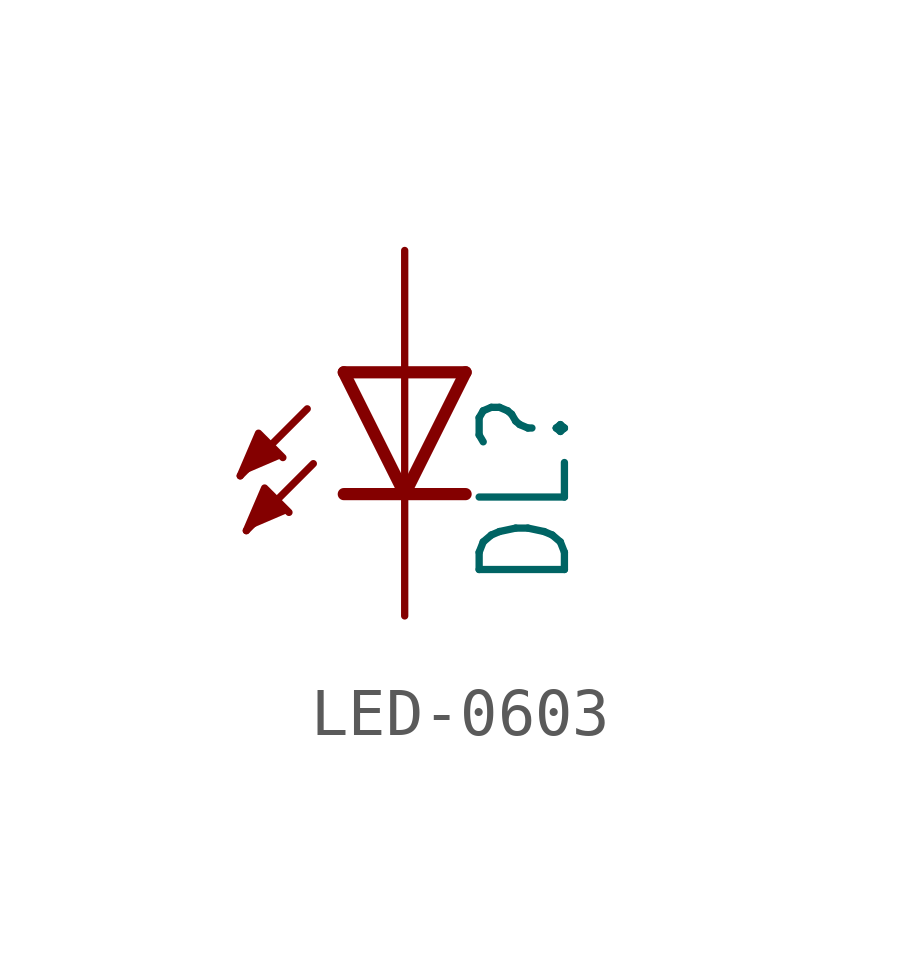
<source format=kicad_sym>
(kicad_symbol_lib
  (version 20231120)
  (generator "kicad_symbol_editor")
  (generator_version "8.0")
  (symbol "LED-0603"
    (property "Reference" "DL"
      (at 3.556 -4.572 90)
      (effects (font (size 1.778 1.511)) (justify left bottom)))
    (property "Value" ""
      (at 5.715 -4.572 90)
      (effects (font (size 1.778 1.511)) (justify left bottom)))
    (property "ki_locked" ""
      (at 0 0 0)
      (effects (font (size 1.27 1.27))))
    (symbol "LED-0603_1_0"
      (polyline (pts (xy -2.032 -0.762) (xy -3.429 -2.159)) (stroke (width 0.152) (type solid)) (fill (type none)))
      (polyline (pts (xy -1.905 -1.905) (xy -3.302 -3.302)) (stroke (width 0.152) (type solid)) (fill (type none)))
      (polyline (pts (xy 0 -2.54) (xy -1.27 -2.54)) (stroke (width 0.254) (type solid)) (fill (type none)))
      (polyline (pts (xy 0 -2.54) (xy -1.27 0)) (stroke (width 0.254) (type solid)) (fill (type none)))
      (polyline (pts (xy 0 0) (xy -1.27 0)) (stroke (width 0.254) (type solid)) (fill (type none)))
      (polyline (pts (xy 0 0) (xy 0 -2.54)) (stroke (width 0.152) (type solid)) (fill (type none)))
      (polyline (pts (xy 1.27 -2.54) (xy 0 -2.54)) (stroke (width 0.254) (type solid)) (fill (type none)))
      (polyline (pts (xy 1.27 0) (xy 0 -2.54)) (stroke (width 0.254) (type solid)) (fill (type none)))
      (polyline (pts (xy 1.27 0) (xy 0 0)) (stroke (width 0.254) (type solid)) (fill (type none)))
      (polyline (pts (xy -3.429 -2.159) (xy -3.048 -1.27) (xy -2.54 -1.778)) (stroke (width 0.152) (type solid)) (fill (type outline)))
      (polyline (pts (xy -3.302 -3.302) (xy -2.921 -2.413) (xy -2.413 -2.921)) (stroke (width 0.152) (type solid)) (fill (type outline)))
      (pin passive line (at 0 2.54 270) (length 2.54) (name "A" (effects (font (size 0 0)))) (number "A" (effects (font (size 0 0)))))
      (pin passive line (at 0 -5.08 90) (length 2.54) (name "C" (effects (font (size 0 0)))) (number "C" (effects (font (size 0 0))))))))
</source>
